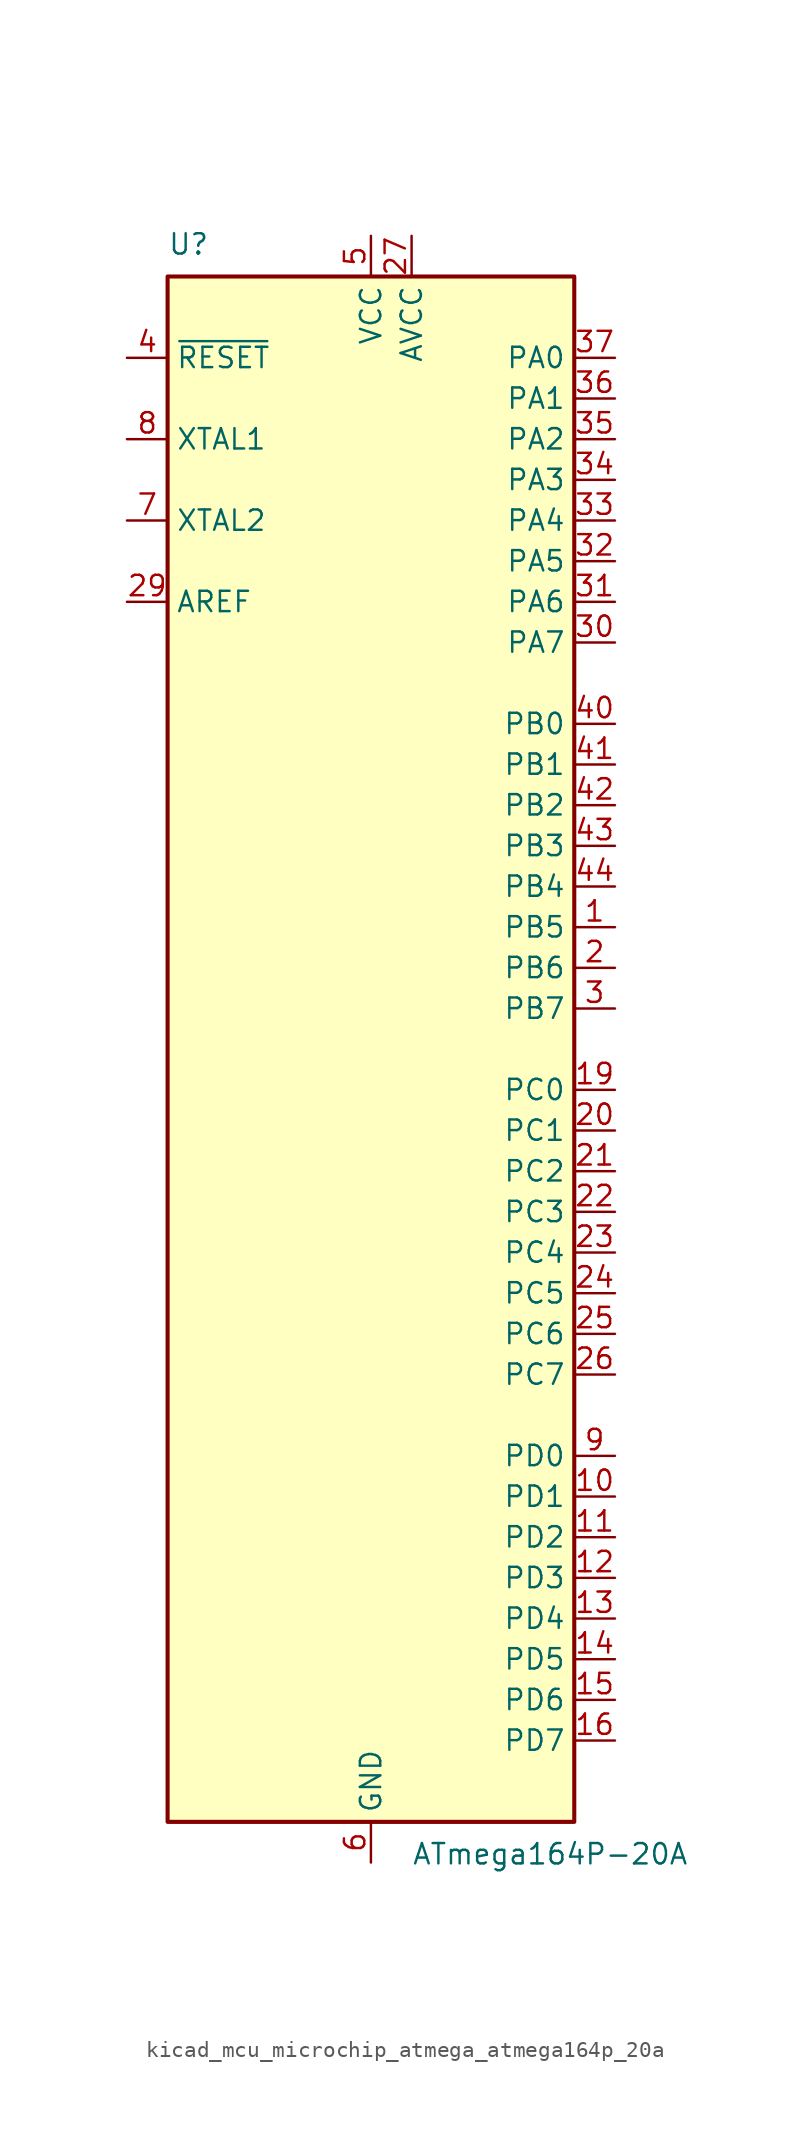
<source format=kicad_sym>
(kicad_symbol_lib
  (version 20220914)
  (generator kicad_symbol_editor)
  (symbol "kicad_mcu_microchip_atmega_atmega164p_20a"
    (property "Reference" "U"
      (at -12.7 49.53 0)
      (effects (font (size 1.27 1.27)) (justify left bottom)))
    (property "Value" "ATmega164P-20A"
      (at 2.54 -49.53 0)
      (effects (font (size 1.27 1.27)) (justify left top)))
    (symbol "kicad_mcu_microchip_atmega_atmega164p_20a_0_1"
      (rectangle (start -12.7 -48.26) (end 12.7 48.26) (stroke (width 0.254) (type default)) (fill (type background))))
    (symbol "kicad_mcu_microchip_atmega_atmega164p_20a_1_1"
      (pin bidirectional line (at 15.24 7.62 180) (length 2.54) (name "PB5" (effects (font (size 1.27 1.27)))) (number "1" (effects (font (size 1.27 1.27)))))
      (pin bidirectional line (at 15.24 -27.94 180) (length 2.54) (name "PD1" (effects (font (size 1.27 1.27)))) (number "10" (effects (font (size 1.27 1.27)))))
      (pin bidirectional line (at 15.24 -30.48 180) (length 2.54) (name "PD2" (effects (font (size 1.27 1.27)))) (number "11" (effects (font (size 1.27 1.27)))))
      (pin bidirectional line (at 15.24 -33.02 180) (length 2.54) (name "PD3" (effects (font (size 1.27 1.27)))) (number "12" (effects (font (size 1.27 1.27)))))
      (pin bidirectional line (at 15.24 -35.56 180) (length 2.54) (name "PD4" (effects (font (size 1.27 1.27)))) (number "13" (effects (font (size 1.27 1.27)))))
      (pin bidirectional line (at 15.24 -38.1 180) (length 2.54) (name "PD5" (effects (font (size 1.27 1.27)))) (number "14" (effects (font (size 1.27 1.27)))))
      (pin bidirectional line (at 15.24 -40.64 180) (length 2.54) (name "PD6" (effects (font (size 1.27 1.27)))) (number "15" (effects (font (size 1.27 1.27)))))
      (pin bidirectional line (at 15.24 -43.18 180) (length 2.54) (name "PD7" (effects (font (size 1.27 1.27)))) (number "16" (effects (font (size 1.27 1.27)))))
      (pin passive line (at 0 50.8 270) (length 2.54) hide (name "VCC" (effects (font (size 1.27 1.27)))) (number "17" (effects (font (size 1.27 1.27)))))
      (pin passive line (at 0 -50.8 90) (length 2.54) hide (name "GND" (effects (font (size 1.27 1.27)))) (number "18" (effects (font (size 1.27 1.27)))))
      (pin bidirectional line (at 15.24 -2.54 180) (length 2.54) (name "PC0" (effects (font (size 1.27 1.27)))) (number "19" (effects (font (size 1.27 1.27)))))
      (pin bidirectional line (at 15.24 5.08 180) (length 2.54) (name "PB6" (effects (font (size 1.27 1.27)))) (number "2" (effects (font (size 1.27 1.27)))))
      (pin bidirectional line (at 15.24 -5.08 180) (length 2.54) (name "PC1" (effects (font (size 1.27 1.27)))) (number "20" (effects (font (size 1.27 1.27)))))
      (pin bidirectional line (at 15.24 -7.62 180) (length 2.54) (name "PC2" (effects (font (size 1.27 1.27)))) (number "21" (effects (font (size 1.27 1.27)))))
      (pin bidirectional line (at 15.24 -10.16 180) (length 2.54) (name "PC3" (effects (font (size 1.27 1.27)))) (number "22" (effects (font (size 1.27 1.27)))))
      (pin bidirectional line (at 15.24 -12.7 180) (length 2.54) (name "PC4" (effects (font (size 1.27 1.27)))) (number "23" (effects (font (size 1.27 1.27)))))
      (pin bidirectional line (at 15.24 -15.24 180) (length 2.54) (name "PC5" (effects (font (size 1.27 1.27)))) (number "24" (effects (font (size 1.27 1.27)))))
      (pin bidirectional line (at 15.24 -17.78 180) (length 2.54) (name "PC6" (effects (font (size 1.27 1.27)))) (number "25" (effects (font (size 1.27 1.27)))))
      (pin bidirectional line (at 15.24 -20.32 180) (length 2.54) (name "PC7" (effects (font (size 1.27 1.27)))) (number "26" (effects (font (size 1.27 1.27)))))
      (pin power_in line (at 2.54 50.8 270) (length 2.54) (name "AVCC" (effects (font (size 1.27 1.27)))) (number "27" (effects (font (size 1.27 1.27)))))
      (pin passive line (at 0 -50.8 90) (length 2.54) hide (name "GND" (effects (font (size 1.27 1.27)))) (number "28" (effects (font (size 1.27 1.27)))))
      (pin passive line (at -15.24 27.94 0) (length 2.54) (name "AREF" (effects (font (size 1.27 1.27)))) (number "29" (effects (font (size 1.27 1.27)))))
      (pin bidirectional line (at 15.24 2.54 180) (length 2.54) (name "PB7" (effects (font (size 1.27 1.27)))) (number "3" (effects (font (size 1.27 1.27)))))
      (pin bidirectional line (at 15.24 25.4 180) (length 2.54) (name "PA7" (effects (font (size 1.27 1.27)))) (number "30" (effects (font (size 1.27 1.27)))))
      (pin bidirectional line (at 15.24 27.94 180) (length 2.54) (name "PA6" (effects (font (size 1.27 1.27)))) (number "31" (effects (font (size 1.27 1.27)))))
      (pin bidirectional line (at 15.24 30.48 180) (length 2.54) (name "PA5" (effects (font (size 1.27 1.27)))) (number "32" (effects (font (size 1.27 1.27)))))
      (pin bidirectional line (at 15.24 33.02 180) (length 2.54) (name "PA4" (effects (font (size 1.27 1.27)))) (number "33" (effects (font (size 1.27 1.27)))))
      (pin bidirectional line (at 15.24 35.56 180) (length 2.54) (name "PA3" (effects (font (size 1.27 1.27)))) (number "34" (effects (font (size 1.27 1.27)))))
      (pin bidirectional line (at 15.24 38.1 180) (length 2.54) (name "PA2" (effects (font (size 1.27 1.27)))) (number "35" (effects (font (size 1.27 1.27)))))
      (pin bidirectional line (at 15.24 40.64 180) (length 2.54) (name "PA1" (effects (font (size 1.27 1.27)))) (number "36" (effects (font (size 1.27 1.27)))))
      (pin bidirectional line (at 15.24 43.18 180) (length 2.54) (name "PA0" (effects (font (size 1.27 1.27)))) (number "37" (effects (font (size 1.27 1.27)))))
      (pin passive line (at 0 50.8 270) (length 2.54) hide (name "VCC" (effects (font (size 1.27 1.27)))) (number "38" (effects (font (size 1.27 1.27)))))
      (pin passive line (at 0 -50.8 90) (length 2.54) hide (name "GND" (effects (font (size 1.27 1.27)))) (number "39" (effects (font (size 1.27 1.27)))))
      (pin input line (at -15.24 43.18 0) (length 2.54) (name "~{RESET}" (effects (font (size 1.27 1.27)))) (number "4" (effects (font (size 1.27 1.27)))))
      (pin bidirectional line (at 15.24 20.32 180) (length 2.54) (name "PB0" (effects (font (size 1.27 1.27)))) (number "40" (effects (font (size 1.27 1.27)))))
      (pin bidirectional line (at 15.24 17.78 180) (length 2.54) (name "PB1" (effects (font (size 1.27 1.27)))) (number "41" (effects (font (size 1.27 1.27)))))
      (pin bidirectional line (at 15.24 15.24 180) (length 2.54) (name "PB2" (effects (font (size 1.27 1.27)))) (number "42" (effects (font (size 1.27 1.27)))))
      (pin bidirectional line (at 15.24 12.7 180) (length 2.54) (name "PB3" (effects (font (size 1.27 1.27)))) (number "43" (effects (font (size 1.27 1.27)))))
      (pin bidirectional line (at 15.24 10.16 180) (length 2.54) (name "PB4" (effects (font (size 1.27 1.27)))) (number "44" (effects (font (size 1.27 1.27)))))
      (pin power_in line (at 0 50.8 270) (length 2.54) (name "VCC" (effects (font (size 1.27 1.27)))) (number "5" (effects (font (size 1.27 1.27)))))
      (pin power_in line (at 0 -50.8 90) (length 2.54) (name "GND" (effects (font (size 1.27 1.27)))) (number "6" (effects (font (size 1.27 1.27)))))
      (pin output line (at -15.24 33.02 0) (length 2.54) (name "XTAL2" (effects (font (size 1.27 1.27)))) (number "7" (effects (font (size 1.27 1.27)))))
      (pin input line (at -15.24 38.1 0) (length 2.54) (name "XTAL1" (effects (font (size 1.27 1.27)))) (number "8" (effects (font (size 1.27 1.27)))))
      (pin bidirectional line (at 15.24 -25.4 180) (length 2.54) (name "PD0" (effects (font (size 1.27 1.27)))) (number "9" (effects (font (size 1.27 1.27))))))))
</source>
